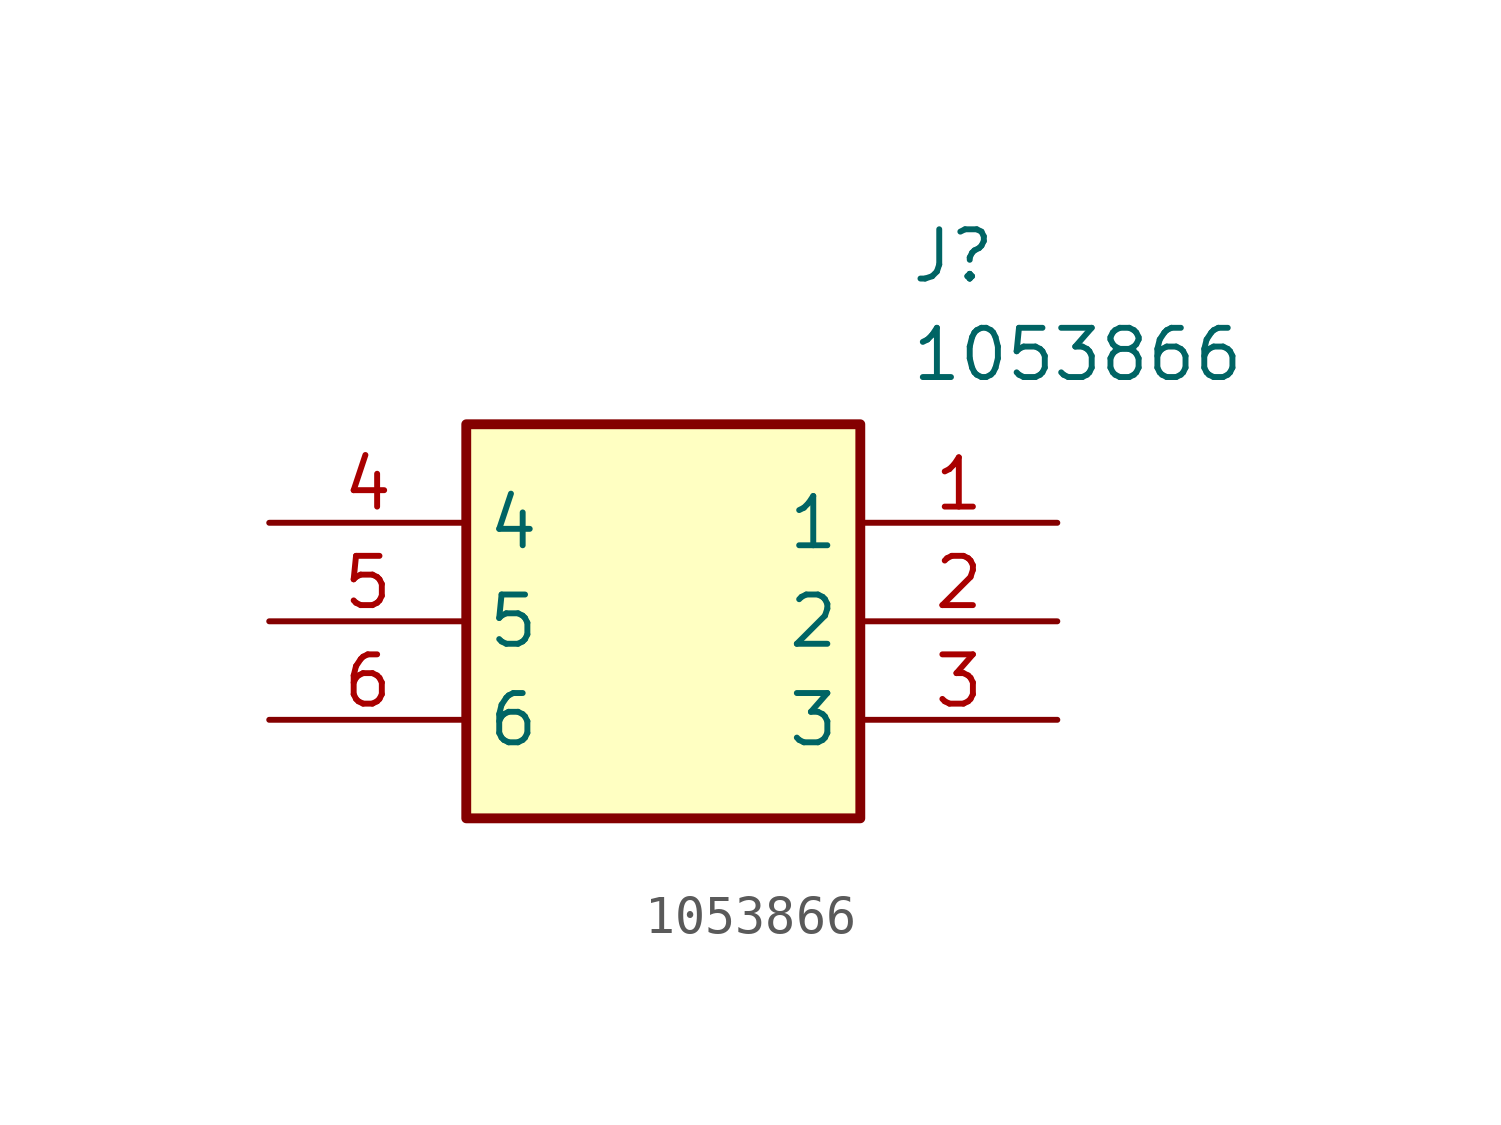
<source format=kicad_sym>
(kicad_symbol_lib
  (version 20211014)
  (generator SamacSys_ECAD_Model)
  (symbol "1053866"
    (property "Reference" "J"
      (at 16.51 7.62 0)
      (effects (font (size 1.27 1.27)) (justify left top)))
    (property "Value" "1053866"
      (at 16.51 5.08 0)
      (effects (font (size 1.27 1.27)) (justify left top)))
    (rectangle
      (start 5.08 2.54)
      (end 15.24 -7.62)
      (stroke (width 0.254) (type default))
      (fill (type background)))
    (pin passive line
      (at 20.32 0 180)
      (length 5.08)
      (name "1" (effects (font (size 1.27 1.27))))
      (number "1" (effects (font (size 1.27 1.27)))))
    (pin passive line
      (at 20.32 -2.54 180)
      (length 5.08)
      (name "2" (effects (font (size 1.27 1.27))))
      (number "2" (effects (font (size 1.27 1.27)))))
    (pin passive line
      (at 20.32 -5.08 180)
      (length 5.08)
      (name "3" (effects (font (size 1.27 1.27))))
      (number "3" (effects (font (size 1.27 1.27)))))
    (pin passive line
      (at 0 0 0)
      (length 5.08)
      (name "4" (effects (font (size 1.27 1.27))))
      (number "4" (effects (font (size 1.27 1.27)))))
    (pin passive line
      (at 0 -2.54 0)
      (length 5.08)
      (name "5" (effects (font (size 1.27 1.27))))
      (number "5" (effects (font (size 1.27 1.27)))))
    (pin passive line
      (at 0 -5.08 0)
      (length 5.08)
      (name "6" (effects (font (size 1.27 1.27))))
      (number "6" (effects (font (size 1.27 1.27)))))))
</source>
